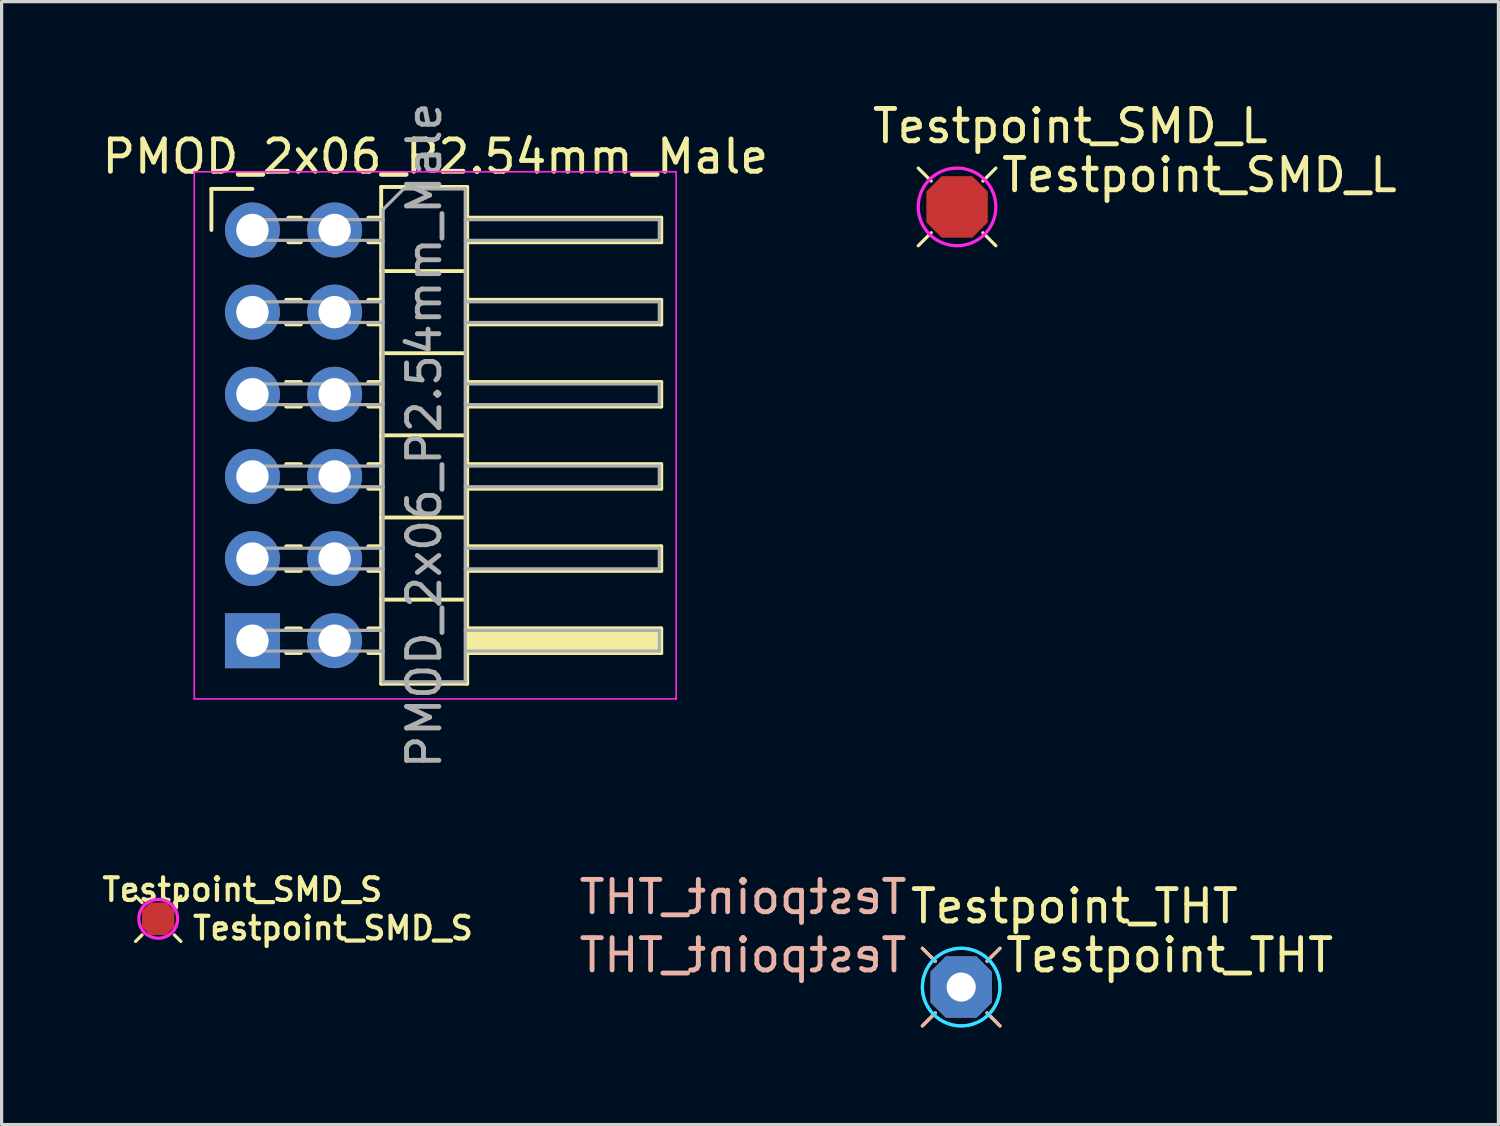
<source format=kicad_pcb>
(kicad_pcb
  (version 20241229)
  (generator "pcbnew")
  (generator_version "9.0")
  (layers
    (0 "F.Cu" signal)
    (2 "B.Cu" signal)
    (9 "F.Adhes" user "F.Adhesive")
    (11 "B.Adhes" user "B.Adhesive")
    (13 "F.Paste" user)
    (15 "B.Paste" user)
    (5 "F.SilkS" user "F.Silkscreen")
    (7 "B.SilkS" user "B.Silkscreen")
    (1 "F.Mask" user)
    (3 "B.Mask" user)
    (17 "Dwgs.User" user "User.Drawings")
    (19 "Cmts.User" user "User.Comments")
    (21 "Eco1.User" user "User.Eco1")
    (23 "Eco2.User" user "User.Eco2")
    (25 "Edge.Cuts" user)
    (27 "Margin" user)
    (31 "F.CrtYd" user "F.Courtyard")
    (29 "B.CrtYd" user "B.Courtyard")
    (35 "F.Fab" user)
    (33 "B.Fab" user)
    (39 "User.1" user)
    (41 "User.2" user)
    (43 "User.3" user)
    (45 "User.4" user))
  (footprint "Testpoint_SMD_L"
    (layer "F.Cu")
    (at 26.542 3.348)
    (property "Reference" "Testpoint_SMD_L" (at 3.5 -2.5 0) (unlocked yes) (layer "F.SilkS") (effects (font (size 1 1) (thickness 0.15))))
    (property "Value" "Testpoint_SMD_L" (at 0 2.1 0) (unlocked yes) (layer "F.Fab") (hide yes) (effects (font (size 1 1) (thickness 0.15))))
    (attr smd)
    (fp_line (start -0.8 -0.8) (end -1.2 -1.2) (stroke (width 0.1) (type default)) (layer "F.SilkS"))
    (fp_line (start -0.8 0.8) (end -1.2 1.2) (stroke (width 0.1) (type default)) (layer "F.SilkS"))
    (fp_line (start 0.8 -0.8) (end 1.2 -1.2) (stroke (width 0.1) (type default)) (layer "F.SilkS"))
    (fp_line (start 0.8 0.8) (end 1.2 1.2) (stroke (width 0.1) (type default)) (layer "F.SilkS"))
    (fp_circle (center 0 0) (end 1.2 0) (stroke (width 0.1) (type default)) (fill no) (layer "F.CrtYd"))
    (fp_text user "${VALUE}" (at 1.3 -0.4 0) (unlocked yes) (layer "F.SilkS") (effects (font (size 1 1) (thickness 0.15)) (justify left bottom)))
    (pad "1" smd roundrect (at 0 0) (size 1.9 1.9) (layers "F.Cu" "F.Mask") (roundrect_rratio 0) (chamfer_ratio 0.25) (chamfer top_left top_right bottom_left bottom_right)))
  (footprint "PMOD_2x06_P2.54mm_Male"
    (layer "F.Cu")
    (at 4.756 4.061)
    (property "Reference" "PMOD_2x06_P2.54mm_Male" (at 5.655 -2.27 0) (layer "F.SilkS") (effects (font (size 1 1) (thickness 0.15))))
    (attr through_hole)
    (fp_line (start -1.27 -1.27) (end 0 -1.27) (stroke (width 0.12) (type solid)) (layer "F.SilkS"))
    (fp_line (start -1.27 0) (end -1.27 -1.27) (stroke (width 0.12) (type solid)) (layer "F.SilkS"))
    (fp_line (start 1.043 2.16) (end 1.497 2.16) (stroke (width 0.12) (type solid)) (layer "F.SilkS"))
    (fp_line (start 1.043 2.92) (end 1.497 2.92) (stroke (width 0.12) (type solid)) (layer "F.SilkS"))
    (fp_line (start 1.043 4.7) (end 1.497 4.7) (stroke (width 0.12) (type solid)) (layer "F.SilkS"))
    (fp_line (start 1.043 5.46) (end 1.497 5.46) (stroke (width 0.12) (type solid)) (layer "F.SilkS"))
    (fp_line (start 1.043 7.24) (end 1.497 7.24) (stroke (width 0.12) (type solid)) (layer "F.SilkS"))
    (fp_line (start 1.043 8) (end 1.497 8) (stroke (width 0.12) (type solid)) (layer "F.SilkS"))
    (fp_line (start 1.043 9.78) (end 1.497 9.78) (stroke (width 0.12) (type solid)) (layer "F.SilkS"))
    (fp_line (start 1.043 10.54) (end 1.497 10.54) (stroke (width 0.12) (type solid)) (layer "F.SilkS"))
    (fp_line (start 1.043 12.32) (end 1.497 12.32) (stroke (width 0.12) (type solid)) (layer "F.SilkS"))
    (fp_line (start 1.043 13.08) (end 1.497 13.08) (stroke (width 0.12) (type solid)) (layer "F.SilkS"))
    (fp_line (start 1.11 -0.38) (end 1.497 -0.38) (stroke (width 0.12) (type solid)) (layer "F.SilkS"))
    (fp_line (start 1.11 0.38) (end 1.497 0.38) (stroke (width 0.12) (type solid)) (layer "F.SilkS"))
    (fp_line (start 3.583 -0.38) (end 3.98 -0.38) (stroke (width 0.12) (type solid)) (layer "F.SilkS"))
    (fp_line (start 3.583 0.38) (end 3.98 0.38) (stroke (width 0.12) (type solid)) (layer "F.SilkS"))
    (fp_line (start 3.583 2.16) (end 3.98 2.16) (stroke (width 0.12) (type solid)) (layer "F.SilkS"))
    (fp_line (start 3.583 2.92) (end 3.98 2.92) (stroke (width 0.12) (type solid)) (layer "F.SilkS"))
    (fp_line (start 3.583 4.7) (end 3.98 4.7) (stroke (width 0.12) (type solid)) (layer "F.SilkS"))
    (fp_line (start 3.583 5.46) (end 3.98 5.46) (stroke (width 0.12) (type solid)) (layer "F.SilkS"))
    (fp_line (start 3.583 7.24) (end 3.98 7.24) (stroke (width 0.12) (type solid)) (layer "F.SilkS"))
    (fp_line (start 3.583 8) (end 3.98 8) (stroke (width 0.12) (type solid)) (layer "F.SilkS"))
    (fp_line (start 3.583 9.78) (end 3.98 9.78) (stroke (width 0.12) (type solid)) (layer "F.SilkS"))
    (fp_line (start 3.583 10.54) (end 3.98 10.54) (stroke (width 0.12) (type solid)) (layer "F.SilkS"))
    (fp_line (start 3.583 12.32) (end 3.98 12.32) (stroke (width 0.12) (type solid)) (layer "F.SilkS"))
    (fp_line (start 3.583 13.08) (end 3.98 13.08) (stroke (width 0.12) (type solid)) (layer "F.SilkS"))
    (fp_line (start 3.98 -1.33) (end 3.98 14.03) (stroke (width 0.12) (type solid)) (layer "F.SilkS"))
    (fp_line (start 3.98 1.27) (end 6.64 1.27) (stroke (width 0.12) (type solid)) (layer "F.SilkS"))
    (fp_line (start 3.98 3.81) (end 6.64 3.81) (stroke (width 0.12) (type solid)) (layer "F.SilkS"))
    (fp_line (start 3.98 6.35) (end 6.64 6.35) (stroke (width 0.12) (type solid)) (layer "F.SilkS"))
    (fp_line (start 3.98 8.89) (end 6.64 8.89) (stroke (width 0.12) (type solid)) (layer "F.SilkS"))
    (fp_line (start 3.98 11.43) (end 6.64 11.43) (stroke (width 0.12) (type solid)) (layer "F.SilkS"))
    (fp_line (start 3.98 14.03) (end 6.64 14.03) (stroke (width 0.12) (type solid)) (layer "F.SilkS"))
    (fp_line (start 6.64 -1.33) (end 3.98 -1.33) (stroke (width 0.12) (type solid)) (layer "F.SilkS"))
    (fp_line (start 6.64 -0.38) (end 12.64 -0.38) (stroke (width 0.12) (type solid)) (layer "F.SilkS"))
    (fp_line (start 6.64 2.16) (end 12.64 2.16) (stroke (width 0.12) (type solid)) (layer "F.SilkS"))
    (fp_line (start 6.64 4.7) (end 12.64 4.7) (stroke (width 0.12) (type solid)) (layer "F.SilkS"))
    (fp_line (start 6.64 7.24) (end 12.64 7.24) (stroke (width 0.12) (type solid)) (layer "F.SilkS"))
    (fp_line (start 6.64 9.78) (end 12.64 9.78) (stroke (width 0.12) (type solid)) (layer "F.SilkS"))
    (fp_line (start 6.64 12.32) (end 12.64 12.32) (stroke (width 0.12) (type solid)) (layer "F.SilkS"))
    (fp_line (start 6.64 14.03) (end 6.64 -1.33) (stroke (width 0.12) (type solid)) (layer "F.SilkS"))
    (fp_line (start 12.64 -0.38) (end 12.64 0.38) (stroke (width 0.12) (type solid)) (layer "F.SilkS"))
    (fp_line (start 12.64 0.38) (end 6.64 0.38) (stroke (width 0.12) (type solid)) (layer "F.SilkS"))
    (fp_line (start 12.64 2.16) (end 12.64 2.92) (stroke (width 0.12) (type solid)) (layer "F.SilkS"))
    (fp_line (start 12.64 2.92) (end 6.64 2.92) (stroke (width 0.12) (type solid)) (layer "F.SilkS"))
    (fp_line (start 12.64 4.7) (end 12.64 5.46) (stroke (width 0.12) (type solid)) (layer "F.SilkS"))
    (fp_line (start 12.64 5.46) (end 6.64 5.46) (stroke (width 0.12) (type solid)) (layer "F.SilkS"))
    (fp_line (start 12.64 7.24) (end 12.64 8) (stroke (width 0.12) (type solid)) (layer "F.SilkS"))
    (fp_line (start 12.64 8) (end 6.64 8) (stroke (width 0.12) (type solid)) (layer "F.SilkS"))
    (fp_line (start 12.64 9.78) (end 12.64 10.54) (stroke (width 0.12) (type solid)) (layer "F.SilkS"))
    (fp_line (start 12.64 10.54) (end 6.64 10.54) (stroke (width 0.12) (type solid)) (layer "F.SilkS"))
    (fp_line (start 12.64 12.32) (end 12.64 13.08) (stroke (width 0.12) (type solid)) (layer "F.SilkS"))
    (fp_line (start 12.64 13.08) (end 6.64 13.08) (stroke (width 0.12) (type solid)) (layer "F.SilkS"))
    (fp_rect (start 6.64 12.32) (end 12.64 13.08) (stroke (width 0.1) (type solid)) (fill yes) (layer "F.SilkS"))
    (fp_line (start -1.8 -1.8) (end -1.8 14.5) (stroke (width 0.05) (type solid)) (layer "F.CrtYd"))
    (fp_line (start -1.8 14.5) (end 13.1 14.5) (stroke (width 0.05) (type solid)) (layer "F.CrtYd"))
    (fp_line (start 13.1 -1.8) (end -1.8 -1.8) (stroke (width 0.05) (type solid)) (layer "F.CrtYd"))
    (fp_line (start 13.1 14.5) (end 13.1 -1.8) (stroke (width 0.05) (type solid)) (layer "F.CrtYd"))
    (fp_line (start -0.32 -0.32) (end -0.32 0.32) (stroke (width 0.1) (type solid)) (layer "F.Fab"))
    (fp_line (start -0.32 -0.32) (end 4.04 -0.32) (stroke (width 0.1) (type solid)) (layer "F.Fab"))
    (fp_line (start -0.32 0.32) (end 4.04 0.32) (stroke (width 0.1) (type solid)) (layer "F.Fab"))
    (fp_line (start -0.32 2.22) (end -0.32 2.86) (stroke (width 0.1) (type solid)) (layer "F.Fab"))
    (fp_line (start -0.32 2.22) (end 4.04 2.22) (stroke (width 0.1) (type solid)) (layer "F.Fab"))
    (fp_line (start -0.32 2.86) (end 4.04 2.86) (stroke (width 0.1) (type solid)) (layer "F.Fab"))
    (fp_line (start -0.32 4.76) (end -0.32 5.4) (stroke (width 0.1) (type solid)) (layer "F.Fab"))
    (fp_line (start -0.32 4.76) (end 4.04 4.76) (stroke (width 0.1) (type solid)) (layer "F.Fab"))
    (fp_line (start -0.32 5.4) (end 4.04 5.4) (stroke (width 0.1) (type solid)) (layer "F.Fab"))
    (fp_line (start -0.32 7.3) (end -0.32 7.94) (stroke (width 0.1) (type solid)) (layer "F.Fab"))
    (fp_line (start -0.32 7.3) (end 4.04 7.3) (stroke (width 0.1) (type solid)) (layer "F.Fab"))
    (fp_line (start -0.32 7.94) (end 4.04 7.94) (stroke (width 0.1) (type solid)) (layer "F.Fab"))
    (fp_line (start -0.32 9.84) (end -0.32 10.48) (stroke (width 0.1) (type solid)) (layer "F.Fab"))
    (fp_line (start -0.32 9.84) (end 4.04 9.84) (stroke (width 0.1) (type solid)) (layer "F.Fab"))
    (fp_line (start -0.32 10.48) (end 4.04 10.48) (stroke (width 0.1) (type solid)) (layer "F.Fab"))
    (fp_line (start -0.32 12.38) (end -0.32 13.02) (stroke (width 0.1) (type solid)) (layer "F.Fab"))
    (fp_line (start -0.32 12.38) (end 4.04 12.38) (stroke (width 0.1) (type solid)) (layer "F.Fab"))
    (fp_line (start -0.32 13.02) (end 4.04 13.02) (stroke (width 0.1) (type solid)) (layer "F.Fab"))
    (fp_line (start 4.04 -0.635) (end 4.675 -1.27) (stroke (width 0.1) (type solid)) (layer "F.Fab"))
    (fp_line (start 4.04 13.97) (end 4.04 -0.635) (stroke (width 0.1) (type solid)) (layer "F.Fab"))
    (fp_line (start 4.675 -1.27) (end 6.58 -1.27) (stroke (width 0.1) (type solid)) (layer "F.Fab"))
    (fp_line (start 6.58 -1.27) (end 6.58 13.97) (stroke (width 0.1) (type solid)) (layer "F.Fab"))
    (fp_line (start 6.58 -0.32) (end 12.58 -0.32) (stroke (width 0.1) (type solid)) (layer "F.Fab"))
    (fp_line (start 6.58 0.32) (end 12.58 0.32) (stroke (width 0.1) (type solid)) (layer "F.Fab"))
    (fp_line (start 6.58 2.22) (end 12.58 2.22) (stroke (width 0.1) (type solid)) (layer "F.Fab"))
    (fp_line (start 6.58 2.86) (end 12.58 2.86) (stroke (width 0.1) (type solid)) (layer "F.Fab"))
    (fp_line (start 6.58 4.76) (end 12.58 4.76) (stroke (width 0.1) (type solid)) (layer "F.Fab"))
    (fp_line (start 6.58 5.4) (end 12.58 5.4) (stroke (width 0.1) (type solid)) (layer "F.Fab"))
    (fp_line (start 6.58 7.3) (end 12.58 7.3) (stroke (width 0.1) (type solid)) (layer "F.Fab"))
    (fp_line (start 6.58 7.94) (end 12.58 7.94) (stroke (width 0.1) (type solid)) (layer "F.Fab"))
    (fp_line (start 6.58 9.84) (end 12.58 9.84) (stroke (width 0.1) (type solid)) (layer "F.Fab"))
    (fp_line (start 6.58 10.48) (end 12.58 10.48) (stroke (width 0.1) (type solid)) (layer "F.Fab"))
    (fp_line (start 6.58 12.38) (end 12.58 12.38) (stroke (width 0.1) (type solid)) (layer "F.Fab"))
    (fp_line (start 6.58 13.02) (end 12.58 13.02) (stroke (width 0.1) (type solid)) (layer "F.Fab"))
    (fp_line (start 6.58 13.97) (end 4.04 13.97) (stroke (width 0.1) (type solid)) (layer "F.Fab"))
    (fp_line (start 12.58 -0.32) (end 12.58 0.32) (stroke (width 0.1) (type solid)) (layer "F.Fab"))
    (fp_line (start 12.58 2.22) (end 12.58 2.86) (stroke (width 0.1) (type solid)) (layer "F.Fab"))
    (fp_line (start 12.58 4.76) (end 12.58 5.4) (stroke (width 0.1) (type solid)) (layer "F.Fab"))
    (fp_line (start 12.58 7.3) (end 12.58 7.94) (stroke (width 0.1) (type solid)) (layer "F.Fab"))
    (fp_line (start 12.58 9.84) (end 12.58 10.48) (stroke (width 0.1) (type solid)) (layer "F.Fab"))
    (fp_line (start 12.58 12.38) (end 12.58 13.02) (stroke (width 0.1) (type solid)) (layer "F.Fab"))
    (fp_text user "${REFERENCE}" (at 5.31 6.35 90) (layer "F.Fab") (effects (font (size 1 1) (thickness 0.15))))
    (pad "1" thru_hole rect (at 0 12.7) (size 1.7 1.7) (drill 1) (layers "*.Cu" "*.Mask"))
    (pad "2" thru_hole oval (at 0 10.16) (size 1.7 1.7) (drill 1) (layers "*.Cu" "*.Mask"))
    (pad "3" thru_hole oval (at 0 7.62) (size 1.7 1.7) (drill 1) (layers "*.Cu" "*.Mask"))
    (pad "4" thru_hole oval (at 0 5.08) (size 1.7 1.7) (drill 1) (layers "*.Cu" "*.Mask"))
    (pad "5" thru_hole oval (at 0 2.54) (size 1.7 1.7) (drill 1) (layers "*.Cu" "*.Mask"))
    (pad "6" thru_hole circle (at 0 0) (size 1.7 1.7) (drill 1) (layers "*.Cu" "*.Mask"))
    (pad "7" thru_hole circle (at 2.54 12.7) (size 1.7 1.7) (drill 1) (layers "*.Cu" "*.Mask"))
    (pad "8" thru_hole oval (at 2.54 10.16) (size 1.7 1.7) (drill 1) (layers "*.Cu" "*.Mask"))
    (pad "9" thru_hole oval (at 2.54 7.62) (size 1.7 1.7) (drill 1) (layers "*.Cu" "*.Mask"))
    (pad "10" thru_hole oval (at 2.54 5.08) (size 1.7 1.7) (drill 1) (layers "*.Cu" "*.Mask"))
    (pad "11" thru_hole oval (at 2.54 2.54) (size 1.7 1.7) (drill 1) (layers "*.Cu" "*.Mask"))
    (pad "12" thru_hole oval (at 2.54 0) (size 1.7 1.7) (drill 1) (layers "*.Cu" "*.Mask")))
  (footprint "Testpoint_SMD_S"
    (layer "F.Cu")
    (at 1.842 25.359)
    (property "Reference" "Testpoint_SMD_S" (at 2.6 -0.9 0) (unlocked yes) (layer "F.SilkS") (effects (font (size 0.7 0.7) (thickness 0.13) (bold yes))))
    (property "Value" "Testpoint_SMD_S" (at 0 2.1 0) (unlocked yes) (layer "F.Fab") (hide yes) (effects (font (size 1 1) (thickness 0.15))))
    (attr smd)
    (fp_line (start -0.5 -0.5) (end -0.7 -0.7) (stroke (width 0.1) (type default)) (layer "F.SilkS"))
    (fp_line (start -0.5 0.5) (end -0.7 0.7) (stroke (width 0.1) (type default)) (layer "F.SilkS"))
    (fp_line (start 0.5 -0.5) (end 0.7 -0.7) (stroke (width 0.1) (type default)) (layer "F.SilkS"))
    (fp_line (start 0.5 0.5) (end 0.7 0.7) (stroke (width 0.1) (type default)) (layer "F.SilkS"))
    (fp_circle (center 0 0) (end 0.6 0) (stroke (width 0.1) (type default)) (fill no) (layer "F.CrtYd"))
    (fp_text user "${VALUE}" (at 1 0.7 0) (unlocked yes) (layer "F.SilkS") (effects (font (size 0.7 0.7) (thickness 0.13) (bold yes)) (justify left bottom)))
    (pad "1" smd roundrect (at 0 0) (size 1 1) (layers "F.Cu" "F.Mask") (roundrect_rratio 0) (chamfer_ratio 0.25) (chamfer top_left top_right bottom_left bottom_right)))
  (footprint "Testpoint_THT"
    (layer "F.Cu")
    (at 26.67 27.471)
    (property "Reference" "Testpoint_THT" (at 3.5 -2.5 0) (unlocked yes) (layer "F.SilkS") (effects (font (size 1 1) (thickness 0.15))))
    (property "Value" "Testpoint_THT" (at 0 2.1 0) (unlocked yes) (layer "F.Fab") (hide yes) (effects (font (size 1 1) (thickness 0.15))))
    (attr through_hole)
    (fp_line (start -0.8 -0.8) (end -1.2 -1.2) (stroke (width 0.1) (type default)) (layer "F.SilkS"))
    (fp_line (start -0.8 0.8) (end -1.2 1.2) (stroke (width 0.1) (type default)) (layer "F.SilkS"))
    (fp_line (start 0.8 -0.8) (end 1.2 -1.2) (stroke (width 0.1) (type default)) (layer "F.SilkS"))
    (fp_line (start 0.8 0.8) (end 1.2 1.2) (stroke (width 0.1) (type default)) (layer "F.SilkS"))
    (fp_line (start -0.8 -0.8) (end -1.2 -1.2) (stroke (width 0.1) (type default)) (layer "B.SilkS"))
    (fp_line (start -0.8 0.8) (end -1.2 1.2) (stroke (width 0.1) (type default)) (layer "B.SilkS"))
    (fp_line (start 0.8 -0.8) (end 1.2 -1.2) (stroke (width 0.1) (type default)) (layer "B.SilkS"))
    (fp_line (start 0.8 0.8) (end 1.2 1.2) (stroke (width 0.1) (type default)) (layer "B.SilkS"))
    (fp_circle (center 0 0) (end 1.2 0) (stroke (width 0.1) (type default)) (fill no) (layer "B.CrtYd"))
    (fp_circle (center 0 0) (end 1.2 0) (stroke (width 0.1) (type default)) (fill no) (layer "F.CrtYd"))
    (fp_text user "${VALUE}" (at 1.3 -0.4 0) (unlocked yes) (layer "F.SilkS") (effects (font (size 1 1) (thickness 0.15)) (justify left bottom)))
    (fp_text user "${VALUE}" (at -1.6 -2.2 0) (unlocked yes) (layer "B.SilkS") (effects (font (size 1 1) (thickness 0.15)) (justify left bottom mirror)))
    (fp_text user "${REFERENCE}" (at -1.6 -0.4 0) (unlocked yes) (layer "B.SilkS") (effects (font (size 1 1) (thickness 0.15)) (justify left bottom mirror)))
    (pad "1" thru_hole roundrect (at 0 0) (size 1.9 1.9) (drill 0.9) (layers "*.Cu" "*.Mask") (roundrect_rratio 0) (chamfer_ratio 0.25) (chamfer top_left top_right bottom_left bottom_right)))
  (gr_rect
    (start -3 -3)
    (end 43.282 31.721)
    (stroke (width 0.1) (type default))
    (fill no)
    (layer "Edge.Cuts")))
</source>
